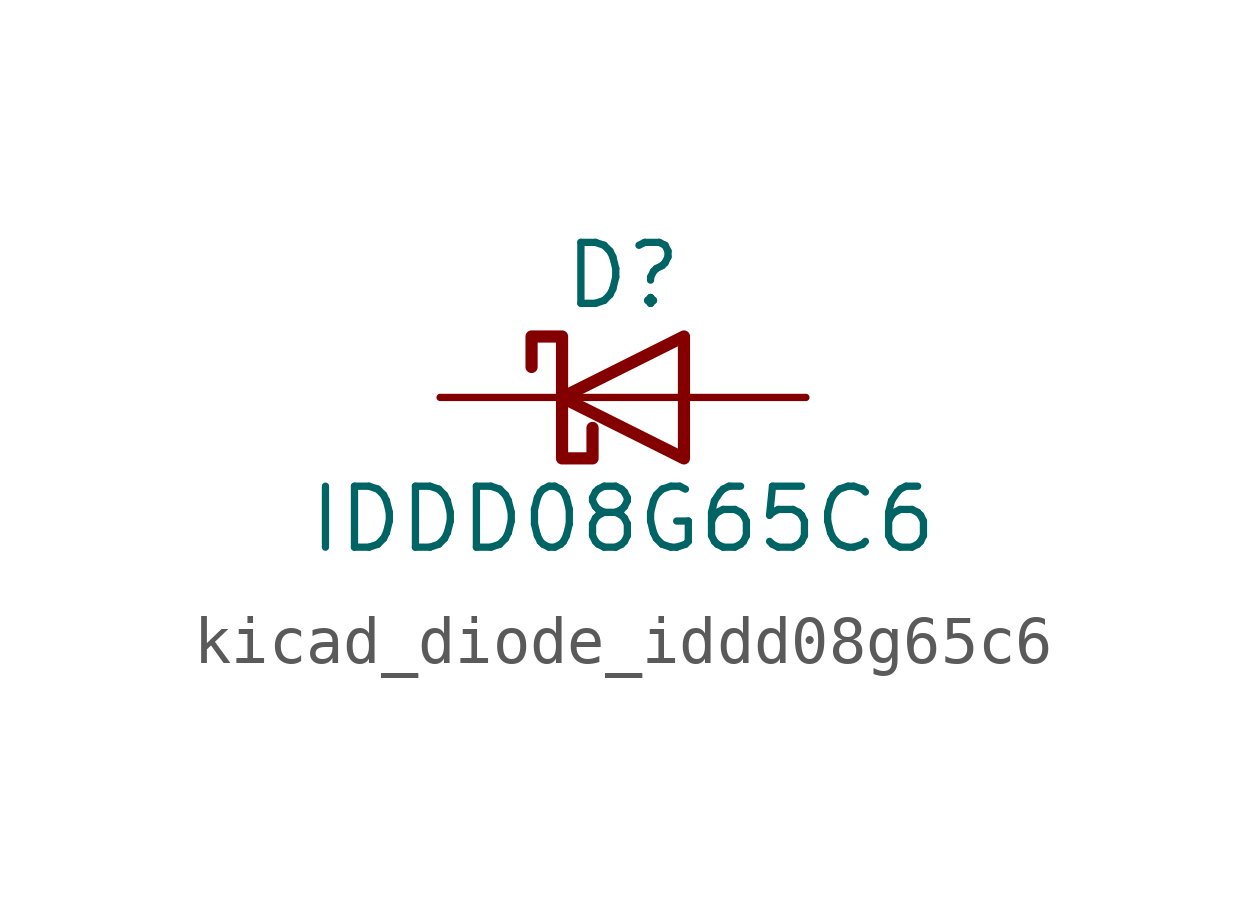
<source format=kicad_sym>
(kicad_symbol_lib
  (version 20220914)
  (generator kicad_symbol_editor)
  (symbol "kicad_diode_iddd08g65c6"
    (pin_numbers hide)
    (pin_names
      (offset 1.016) hide)
    (property "Reference" "D"
      (at 0 2.54 0)
      (effects (font (size 1.27 1.27))))
    (property "Value" "IDDD08G65C6"
      (at 0 -2.54 0)
      (effects (font (size 1.27 1.27))))
    (symbol "kicad_diode_iddd08g65c6_0_1"
      (polyline (pts (xy 1.27 0) (xy -1.27 0)) (stroke (width 0) (type default)) (fill (type none)))
      (polyline (pts (xy 1.27 1.27) (xy 1.27 -1.27) (xy -1.27 0) (xy 1.27 1.27)) (stroke (width 0.254) (type default)) (fill (type none)))
      (polyline (pts (xy -1.905 0.635) (xy -1.905 1.27) (xy -1.27 1.27) (xy -1.27 -1.27) (xy -0.635 -1.27) (xy -0.635 -0.635)) (stroke (width 0.254) (type default)) (fill (type none))))
    (symbol "kicad_diode_iddd08g65c6_1_1"
      (pin no_connect line (at 1.27 -1.27 180) (length 2.54) hide (name "NC" (effects (font (size 1.27 1.27)))) (number "1" (effects (font (size 1.27 1.27)))))
      (pin passive line (at -3.81 0 0) (length 2.54) hide (name "K" (effects (font (size 1.27 1.27)))) (number "10" (effects (font (size 1.27 1.27)))))
      (pin no_connect line (at 1.27 1.27 180) (length 2.54) hide (name "NC" (effects (font (size 1.27 1.27)))) (number "2" (effects (font (size 1.27 1.27)))))
      (pin passive line (at 3.81 0 180) (length 2.54) (name "A" (effects (font (size 1.27 1.27)))) (number "3" (effects (font (size 1.27 1.27)))))
      (pin passive line (at 3.81 0 180) (length 2.54) hide (name "A" (effects (font (size 1.27 1.27)))) (number "4" (effects (font (size 1.27 1.27)))))
      (pin passive line (at 3.81 0 180) (length 2.54) hide (name "A" (effects (font (size 1.27 1.27)))) (number "5" (effects (font (size 1.27 1.27)))))
      (pin passive line (at -3.81 0 0) (length 2.54) (name "K" (effects (font (size 1.27 1.27)))) (number "6" (effects (font (size 1.27 1.27)))))
      (pin passive line (at -3.81 0 0) (length 2.54) hide (name "K" (effects (font (size 1.27 1.27)))) (number "7" (effects (font (size 1.27 1.27)))))
      (pin passive line (at -3.81 0 0) (length 2.54) hide (name "K" (effects (font (size 1.27 1.27)))) (number "8" (effects (font (size 1.27 1.27)))))
      (pin passive line (at -3.81 0 0) (length 2.54) hide (name "K" (effects (font (size 1.27 1.27)))) (number "9" (effects (font (size 1.27 1.27))))))))
</source>
